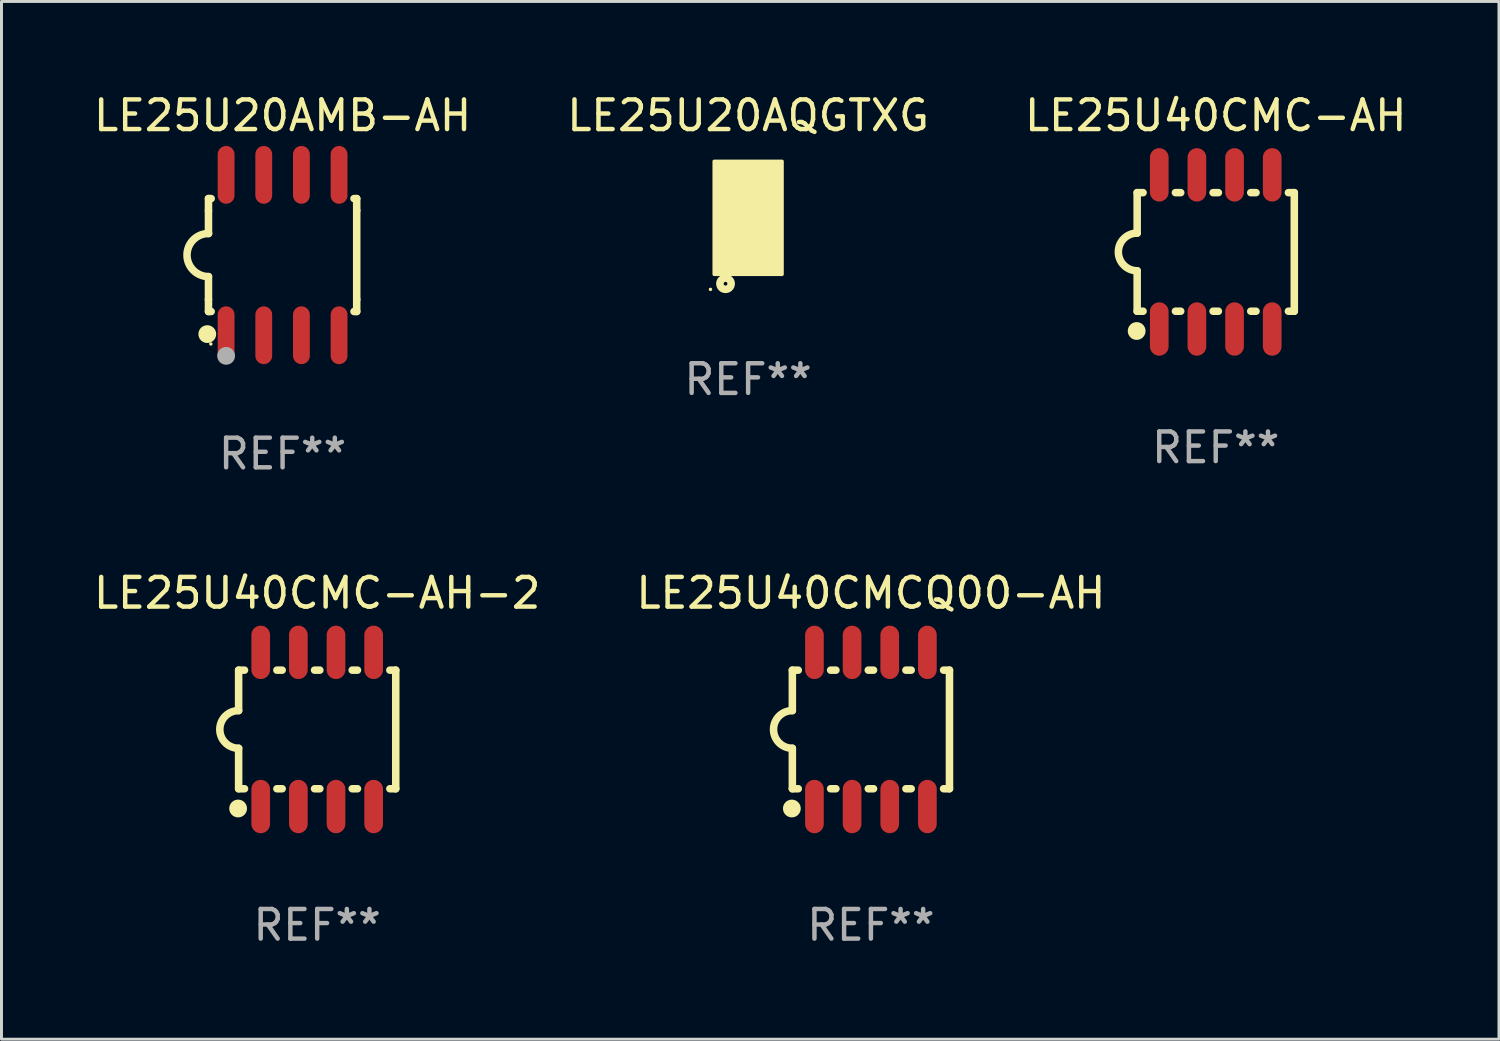
<source format=kicad_pcb>
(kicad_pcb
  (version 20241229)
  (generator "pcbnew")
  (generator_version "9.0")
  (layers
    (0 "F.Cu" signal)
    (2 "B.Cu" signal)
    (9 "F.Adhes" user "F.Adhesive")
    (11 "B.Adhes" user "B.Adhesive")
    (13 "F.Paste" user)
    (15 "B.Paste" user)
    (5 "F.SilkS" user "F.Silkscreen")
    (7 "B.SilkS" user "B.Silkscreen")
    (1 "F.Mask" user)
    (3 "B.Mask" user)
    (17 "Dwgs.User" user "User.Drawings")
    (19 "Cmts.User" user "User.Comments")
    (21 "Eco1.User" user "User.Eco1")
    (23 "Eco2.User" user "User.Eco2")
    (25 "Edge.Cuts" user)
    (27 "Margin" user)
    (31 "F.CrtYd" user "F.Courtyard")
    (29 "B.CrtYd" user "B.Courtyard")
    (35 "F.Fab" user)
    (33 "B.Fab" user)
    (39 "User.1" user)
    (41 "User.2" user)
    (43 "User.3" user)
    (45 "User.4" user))
  (footprint "LE25U20AMB-AH"
    (layer "F.Cu")
    (at 6.482 5.553)
    (property "Reference" "LE25U20AMB-AH" (at 0 -4.705 0) (layer "F.SilkS") (effects (font (size 1 1) (thickness 0.15))))
    (attr through_hole)
    (fp_line (start -2.5 -1.905) (end -2.409 -1.905) (stroke (width 0.254) (type solid)) (layer "F.SilkS"))
    (fp_line (start -2.5 -1.5) (end -2.5 -1.905) (stroke (width 0.254) (type solid)) (layer "F.SilkS"))
    (fp_line (start -2.5 -1.5) (end -2.5 -0.726) (stroke (width 0.254) (type solid)) (layer "F.SilkS"))
    (fp_line (start -2.5 1.5) (end -2.5 0.727) (stroke (width 0.254) (type solid)) (layer "F.SilkS"))
    (fp_line (start -2.5 1.5) (end -2.5 1.905) (stroke (width 0.254) (type solid)) (layer "F.SilkS"))
    (fp_line (start -2.5 1.905) (end -2.409 1.905) (stroke (width 0.254) (type solid)) (layer "F.SilkS"))
    (fp_line (start 2.5 -1.905) (end 2.409 -1.905) (stroke (width 0.254) (type solid)) (layer "F.SilkS"))
    (fp_line (start 2.5 -1.5) (end 2.5 -1.905) (stroke (width 0.254) (type solid)) (layer "F.SilkS"))
    (fp_line (start 2.5 -1.5) (end 2.5 1.5) (stroke (width 0.254) (type solid)) (layer "F.SilkS"))
    (fp_line (start 2.5 1.5) (end 2.5 1.905) (stroke (width 0.254) (type solid)) (layer "F.SilkS"))
    (fp_line (start 2.5 1.905) (end 2.409 1.905) (stroke (width 0.254) (type solid)) (layer "F.SilkS"))
    (fp_arc (start -2.5 0.726568) (mid -3.220316 -0.0023) (end -2.495097 -0.726289) (stroke (width 0.254001) (type solid)) (layer "F.SilkS"))
    (fp_circle (center -2.54 2.667) (end -2.39 2.667) (stroke (width 0.3) (type solid)) (fill no) (layer "F.SilkS"))
    (fp_circle (center -2.42 3) (end -2.39 3) (stroke (width 0.06) (type solid)) (fill no) (layer "F.SilkS"))
    (fp_circle (center -1.905 3.4) (end -1.755 3.4) (stroke (width 0.3) (type solid)) (fill no) (layer "F.Fab"))
    (fp_text user "REF**" (at 0 6.705 0) (layer "F.Fab") (effects (font (size 1 1) (thickness 0.15))))
    (pad "1" smd oval (at -1.905 2.705) (size 0.568 1.95) (layers "F.Cu" "F.Mask" "F.Paste"))
    (pad "2" smd oval (at -0.635 2.705) (size 0.568 1.95) (layers "F.Cu" "F.Mask" "F.Paste"))
    (pad "3" smd oval (at 0.635 2.705) (size 0.568 1.95) (layers "F.Cu" "F.Mask" "F.Paste"))
    (pad "4" smd oval (at 1.905 2.705) (size 0.568 1.95) (layers "F.Cu" "F.Mask" "F.Paste"))
    (pad "5" smd oval (at 1.905 -2.705) (size 0.568 1.95) (layers "F.Cu" "F.Mask" "F.Paste"))
    (pad "6" smd oval (at 0.635 -2.705) (size 0.568 1.95) (layers "F.Cu" "F.Mask" "F.Paste"))
    (pad "7" smd oval (at -0.635 -2.705) (size 0.568 1.95) (layers "F.Cu" "F.Mask" "F.Paste"))
    (pad "8" smd oval (at -1.905 -2.705) (size 0.568 1.95) (layers "F.Cu" "F.Mask" "F.Paste")))
  (footprint "LE25U40CMC-AH"
    (layer "F.Cu")
    (at 37.958 5.448)
    (property "Reference" "LE25U40CMC-AH" (at 0 -4.6 0) (layer "F.SilkS") (effects (font (size 1 1) (thickness 0.15))))
    (attr through_hole)
    (fp_line (start -2.65 -2) (end -2.65 -0.635) (stroke (width 0.254) (type solid)) (layer "F.SilkS"))
    (fp_line (start -2.65 2) (end -2.65 0.635) (stroke (width 0.254) (type solid)) (layer "F.SilkS"))
    (fp_line (start -2.451 -2) (end -2.65 -2) (stroke (width 0.254) (type solid)) (layer "F.SilkS"))
    (fp_line (start -2.451 2) (end -2.65 2) (stroke (width 0.254) (type solid)) (layer "F.SilkS"))
    (fp_line (start -1.181 -2) (end -1.359 -2) (stroke (width 0.254) (type solid)) (layer "F.SilkS"))
    (fp_line (start -1.181 2) (end -1.359 2) (stroke (width 0.254) (type solid)) (layer "F.SilkS"))
    (fp_line (start 0.089 -2) (end -0.089 -2) (stroke (width 0.254) (type solid)) (layer "F.SilkS"))
    (fp_line (start 0.089 2) (end -0.089 2) (stroke (width 0.254) (type solid)) (layer "F.SilkS"))
    (fp_line (start 1.359 -2) (end 1.181 -2) (stroke (width 0.254) (type solid)) (layer "F.SilkS"))
    (fp_line (start 1.359 2) (end 1.181 2) (stroke (width 0.254) (type solid)) (layer "F.SilkS"))
    (fp_line (start 2.65 -2) (end 2.451 -2) (stroke (width 0.254) (type solid)) (layer "F.SilkS"))
    (fp_line (start 2.65 -2) (end 2.65 2) (stroke (width 0.254) (type solid)) (layer "F.SilkS"))
    (fp_line (start 2.65 2) (end 2.451 2) (stroke (width 0.254) (type solid)) (layer "F.SilkS"))
    (fp_arc (start -2.650013 0.635001) (mid -3.284227 -0.000394) (end -2.649226 -0.635001) (stroke (width 0.254001) (type solid)) (layer "F.SilkS"))
    (fp_circle (center -2.667 2.667) (end -2.517 2.667) (stroke (width 0.3) (type solid)) (fill no) (layer "F.SilkS"))
    (fp_text user "REF**" (at 0 6.6 0) (layer "F.Fab") (effects (font (size 1 1) (thickness 0.15))))
    (pad "1" smd oval (at -1.905 2.6) (size 0.63 1.8) (layers "F.Cu" "F.Mask" "F.Paste"))
    (pad "2" smd oval (at -0.635 2.6) (size 0.63 1.8) (layers "F.Cu" "F.Mask" "F.Paste"))
    (pad "3" smd oval (at 0.635 2.6) (size 0.63 1.8) (layers "F.Cu" "F.Mask" "F.Paste"))
    (pad "4" smd oval (at 1.905 2.6) (size 0.63 1.8) (layers "F.Cu" "F.Mask" "F.Paste"))
    (pad "5" smd oval (at 1.905 -2.6) (size 0.63 1.8) (layers "F.Cu" "F.Mask" "F.Paste"))
    (pad "6" smd oval (at 0.635 -2.6) (size 0.63 1.8) (layers "F.Cu" "F.Mask" "F.Paste"))
    (pad "7" smd oval (at -0.635 -2.6) (size 0.63 1.8) (layers "F.Cu" "F.Mask" "F.Paste"))
    (pad "8" smd oval (at -1.905 -2.6) (size 0.63 1.8) (layers "F.Cu" "F.Mask" "F.Paste")))
  (footprint "LE25U40CMC-AH-2"
    (layer "F.Cu")
    (at 7.649 21.555)
    (property "Reference" "LE25U40CMC-AH-2" (at 0 -4.6 0) (layer "F.SilkS") (effects (font (size 1 1) (thickness 0.15))))
    (attr through_hole)
    (fp_line (start -2.65 -2) (end -2.65 -0.635) (stroke (width 0.254) (type solid)) (layer "F.SilkS"))
    (fp_line (start -2.65 2) (end -2.65 0.635) (stroke (width 0.254) (type solid)) (layer "F.SilkS"))
    (fp_line (start -2.451 -2) (end -2.65 -2) (stroke (width 0.254) (type solid)) (layer "F.SilkS"))
    (fp_line (start -2.451 2) (end -2.65 2) (stroke (width 0.254) (type solid)) (layer "F.SilkS"))
    (fp_line (start -1.181 -2) (end -1.359 -2) (stroke (width 0.254) (type solid)) (layer "F.SilkS"))
    (fp_line (start -1.181 2) (end -1.359 2) (stroke (width 0.254) (type solid)) (layer "F.SilkS"))
    (fp_line (start 0.089 -2) (end -0.089 -2) (stroke (width 0.254) (type solid)) (layer "F.SilkS"))
    (fp_line (start 0.089 2) (end -0.089 2) (stroke (width 0.254) (type solid)) (layer "F.SilkS"))
    (fp_line (start 1.359 -2) (end 1.181 -2) (stroke (width 0.254) (type solid)) (layer "F.SilkS"))
    (fp_line (start 1.359 2) (end 1.181 2) (stroke (width 0.254) (type solid)) (layer "F.SilkS"))
    (fp_line (start 2.65 -2) (end 2.451 -2) (stroke (width 0.254) (type solid)) (layer "F.SilkS"))
    (fp_line (start 2.65 -2) (end 2.65 2) (stroke (width 0.254) (type solid)) (layer "F.SilkS"))
    (fp_line (start 2.65 2) (end 2.451 2) (stroke (width 0.254) (type solid)) (layer "F.SilkS"))
    (fp_arc (start -2.650013 0.635001) (mid -3.284227 -0.000394) (end -2.649226 -0.635001) (stroke (width 0.254001) (type solid)) (layer "F.SilkS"))
    (fp_circle (center -2.667 2.667) (end -2.517 2.667) (stroke (width 0.3) (type solid)) (fill no) (layer "F.SilkS"))
    (fp_text user "REF**" (at 0 6.6 0) (layer "F.Fab") (effects (font (size 1 1) (thickness 0.15))))
    (pad "1" smd oval (at -1.905 2.6) (size 0.63 1.8) (layers "F.Cu" "F.Mask" "F.Paste"))
    (pad "2" smd oval (at -0.635 2.6) (size 0.63 1.8) (layers "F.Cu" "F.Mask" "F.Paste"))
    (pad "3" smd oval (at 0.635 2.6) (size 0.63 1.8) (layers "F.Cu" "F.Mask" "F.Paste"))
    (pad "4" smd oval (at 1.905 2.6) (size 0.63 1.8) (layers "F.Cu" "F.Mask" "F.Paste"))
    (pad "5" smd oval (at 1.905 -2.6) (size 0.63 1.8) (layers "F.Cu" "F.Mask" "F.Paste"))
    (pad "6" smd oval (at 0.635 -2.6) (size 0.63 1.8) (layers "F.Cu" "F.Mask" "F.Paste"))
    (pad "7" smd oval (at -0.635 -2.6) (size 0.63 1.8) (layers "F.Cu" "F.Mask" "F.Paste"))
    (pad "8" smd oval (at -1.905 -2.6) (size 0.63 1.8) (layers "F.Cu" "F.Mask" "F.Paste")))
  (footprint "LE25U40CMCQ00-AH"
    (layer "F.Cu")
    (at 26.327 21.555)
    (property "Reference" "LE25U40CMCQ00-AH" (at 0 -4.6 0) (layer "F.SilkS") (effects (font (size 1 1) (thickness 0.15))))
    (attr through_hole)
    (fp_line (start -2.65 -2) (end -2.65 -0.635) (stroke (width 0.254) (type solid)) (layer "F.SilkS"))
    (fp_line (start -2.65 2) (end -2.65 0.635) (stroke (width 0.254) (type solid)) (layer "F.SilkS"))
    (fp_line (start -2.451 -2) (end -2.65 -2) (stroke (width 0.254) (type solid)) (layer "F.SilkS"))
    (fp_line (start -2.451 2) (end -2.65 2) (stroke (width 0.254) (type solid)) (layer "F.SilkS"))
    (fp_line (start -1.181 -2) (end -1.359 -2) (stroke (width 0.254) (type solid)) (layer "F.SilkS"))
    (fp_line (start -1.181 2) (end -1.359 2) (stroke (width 0.254) (type solid)) (layer "F.SilkS"))
    (fp_line (start 0.089 -2) (end -0.089 -2) (stroke (width 0.254) (type solid)) (layer "F.SilkS"))
    (fp_line (start 0.089 2) (end -0.089 2) (stroke (width 0.254) (type solid)) (layer "F.SilkS"))
    (fp_line (start 1.359 -2) (end 1.181 -2) (stroke (width 0.254) (type solid)) (layer "F.SilkS"))
    (fp_line (start 1.359 2) (end 1.181 2) (stroke (width 0.254) (type solid)) (layer "F.SilkS"))
    (fp_line (start 2.65 -2) (end 2.451 -2) (stroke (width 0.254) (type solid)) (layer "F.SilkS"))
    (fp_line (start 2.65 -2) (end 2.65 2) (stroke (width 0.254) (type solid)) (layer "F.SilkS"))
    (fp_line (start 2.65 2) (end 2.451 2) (stroke (width 0.254) (type solid)) (layer "F.SilkS"))
    (fp_arc (start -2.650013 0.635001) (mid -3.284227 -0.000394) (end -2.649226 -0.635001) (stroke (width 0.254001) (type solid)) (layer "F.SilkS"))
    (fp_circle (center -2.667 2.667) (end -2.517 2.667) (stroke (width 0.3) (type solid)) (fill no) (layer "F.SilkS"))
    (fp_text user "REF**" (at 0 6.6 0) (layer "F.Fab") (effects (font (size 1 1) (thickness 0.15))))
    (pad "1" smd oval (at -1.905 2.6) (size 0.63 1.8) (layers "F.Cu" "F.Mask" "F.Paste"))
    (pad "2" smd oval (at -0.635 2.6) (size 0.63 1.8) (layers "F.Cu" "F.Mask" "F.Paste"))
    (pad "3" smd oval (at 0.635 2.6) (size 0.63 1.8) (layers "F.Cu" "F.Mask" "F.Paste"))
    (pad "4" smd oval (at 1.905 2.6) (size 0.63 1.8) (layers "F.Cu" "F.Mask" "F.Paste"))
    (pad "5" smd oval (at 1.905 -2.6) (size 0.63 1.8) (layers "F.Cu" "F.Mask" "F.Paste"))
    (pad "6" smd oval (at 0.635 -2.6) (size 0.63 1.8) (layers "F.Cu" "F.Mask" "F.Paste"))
    (pad "7" smd oval (at -0.635 -2.6) (size 0.63 1.8) (layers "F.Cu" "F.Mask" "F.Paste"))
    (pad "8" smd oval (at -1.905 -2.6) (size 0.63 1.8) (layers "F.Cu" "F.Mask" "F.Paste")))
  (footprint "LE25U20AQGTXG"
    (layer "F.Cu")
    (at 22.185 4.298)
    (property "Reference" "LE25U20AQGTXG" (at 0 -3.45 0) (layer "F.SilkS") (effects (font (size 1 1) (thickness 0.15))))
    (attr through_hole)
    (fp_circle (center -1.27 2.413) (end -1.24 2.413) (stroke (width 0.06) (type solid)) (fill no) (layer "F.SilkS"))
    (fp_circle (center -0.762 2.222) (end -0.699 2.222) (stroke (width 0.254) (type solid)) (fill no) (layer "F.SilkS"))
    (fp_poly (pts (xy -1.143 -1.905) (xy 1.143 -1.905) (xy 1.143 1.905) (xy -1.143 1.905)) (stroke (width 0.12) (type solid)) (fill yes) (layer "F.SilkS"))
    (fp_text user "REF**" (at 0 5.45 0) (layer "F.Fab") (effects (font (size 1 1) (thickness 0.15))))
    (pad "1" smd rect (at -0.75 1.45) (size 0.25 0.5) (layers "F.Cu" "F.Mask" "F.Paste"))
    (pad "2" smd rect (at -0.25 1.45) (size 0.25 0.5) (layers "F.Cu" "F.Mask" "F.Paste"))
    (pad "3" smd rect (at 0.25 1.45) (size 0.25 0.5) (layers "F.Cu" "F.Mask" "F.Paste"))
    (pad "4" smd rect (at 0.75 1.45) (size 0.25 0.5) (layers "F.Cu" "F.Mask" "F.Paste"))
    (pad "5" smd rect (at 0.75 -1.45) (size 0.25 0.5) (layers "F.Cu" "F.Mask" "F.Paste"))
    (pad "6" smd rect (at 0.25 -1.45) (size 0.25 0.5) (layers "F.Cu" "F.Mask" "F.Paste"))
    (pad "7" smd rect (at -0.25 -1.45) (size 0.25 0.5) (layers "F.Cu" "F.Mask" "F.Paste"))
    (pad "8" smd rect (at -0.75 -1.45) (size 0.25 0.5) (layers "F.Cu" "F.Mask" "F.Paste"))
    (pad "9" smd rect (at 0 -0.000127) (size 1.5 1.6) (layers "F.Cu" "F.Mask" "F.Paste")))
  (gr_rect
    (start -3 -3)
    (end 47.512 32.003)
    (stroke (width 0.1) (type default))
    (fill no)
    (layer "Edge.Cuts")))
</source>
